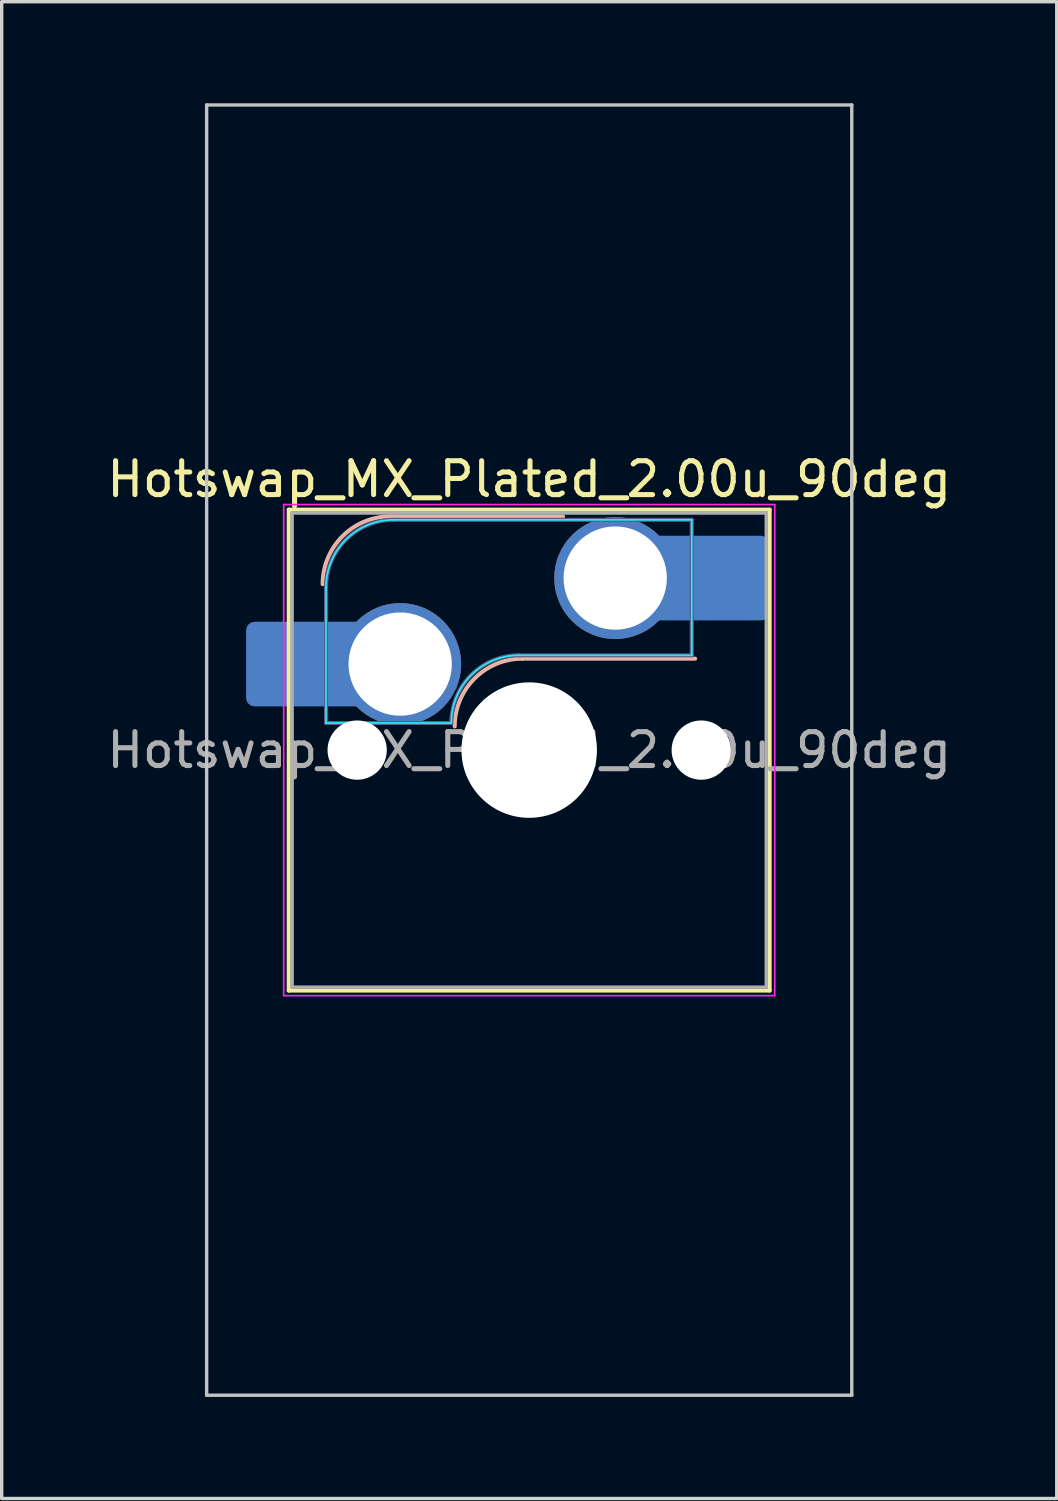
<source format=kicad_pcb>
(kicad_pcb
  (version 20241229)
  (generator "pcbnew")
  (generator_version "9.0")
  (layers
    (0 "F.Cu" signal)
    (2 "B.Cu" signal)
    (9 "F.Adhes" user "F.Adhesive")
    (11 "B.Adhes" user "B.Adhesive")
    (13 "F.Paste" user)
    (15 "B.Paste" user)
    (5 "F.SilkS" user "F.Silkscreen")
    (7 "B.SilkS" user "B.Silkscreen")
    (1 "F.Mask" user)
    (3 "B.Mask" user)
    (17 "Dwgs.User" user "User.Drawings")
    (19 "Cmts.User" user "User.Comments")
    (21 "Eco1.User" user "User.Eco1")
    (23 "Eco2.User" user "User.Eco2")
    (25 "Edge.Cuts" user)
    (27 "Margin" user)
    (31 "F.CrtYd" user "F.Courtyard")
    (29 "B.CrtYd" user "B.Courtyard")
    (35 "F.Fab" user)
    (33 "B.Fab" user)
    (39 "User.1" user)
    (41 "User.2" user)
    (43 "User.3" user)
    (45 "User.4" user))
  (footprint "Hotswap_MX_Plated_2.00u_90deg"
    (layer "F.Cu")
    (at 12.577 19.1)
    (property "Reference" "Hotswap_MX_Plated_2.00u_90deg" (at 0 -8 0) (layer "F.SilkS") (effects (font (size 1 1) (thickness 0.15))))
    (attr smd allow_soldermask_bridges)
    (fp_line (start -7.1 -7.1) (end -7.1 7.1) (stroke (width 0.12) (type solid)) (layer "F.SilkS"))
    (fp_line (start -7.1 7.1) (end 7.1 7.1) (stroke (width 0.12) (type solid)) (layer "F.SilkS"))
    (fp_line (start 7.1 -7.1) (end -7.1 -7.1) (stroke (width 0.12) (type solid)) (layer "F.SilkS"))
    (fp_line (start 7.1 7.1) (end 7.1 -7.1) (stroke (width 0.12) (type solid)) (layer "F.SilkS"))
    (fp_line (start -4.1 -6.9) (end 1 -6.9) (stroke (width 0.12) (type solid)) (layer "B.SilkS"))
    (fp_line (start -0.2 -2.7) (end 4.9 -2.7) (stroke (width 0.12) (type solid)) (layer "B.SilkS"))
    (fp_arc (start -6.1 -4.9) (mid -5.514214 -6.314214) (end -4.1 -6.9) (stroke (width 0.12) (type solid)) (layer "B.SilkS"))
    (fp_arc (start -2.2 -0.7) (mid -1.614214 -2.114214) (end -0.2 -2.7) (stroke (width 0.12) (type solid)) (layer "B.SilkS"))
    (fp_line (start -9.525 -19.05) (end 9.525 -19.05) (stroke (width 0.1) (type solid)) (layer "Dwgs.User"))
    (fp_line (start -9.525 19.05) (end -9.525 -19.05) (stroke (width 0.1) (type solid)) (layer "Dwgs.User"))
    (fp_line (start 9.525 -19.05) (end 9.525 19.05) (stroke (width 0.1) (type solid)) (layer "Dwgs.User"))
    (fp_line (start 9.525 19.05) (end -9.525 19.05) (stroke (width 0.1) (type solid)) (layer "Dwgs.User"))
    (fp_line (start -7.8 -6) (end -7 -6) (stroke (width 0.1) (type solid)) (layer "Eco1.User"))
    (fp_line (start -7.8 -2.9) (end -7.8 -6) (stroke (width 0.1) (type solid)) (layer "Eco1.User"))
    (fp_line (start -7.8 2.9) (end -7 2.9) (stroke (width 0.1) (type solid)) (layer "Eco1.User"))
    (fp_line (start -7.8 6) (end -7.8 2.9) (stroke (width 0.1) (type solid)) (layer "Eco1.User"))
    (fp_line (start -7 -7) (end 7 -7) (stroke (width 0.1) (type solid)) (layer "Eco1.User"))
    (fp_line (start -7 -6) (end -7 -7) (stroke (width 0.1) (type solid)) (layer "Eco1.User"))
    (fp_line (start -7 -2.9) (end -7.8 -2.9) (stroke (width 0.1) (type solid)) (layer "Eco1.User"))
    (fp_line (start -7 2.9) (end -7 -2.9) (stroke (width 0.1) (type solid)) (layer "Eco1.User"))
    (fp_line (start -7 6) (end -7.8 6) (stroke (width 0.1) (type solid)) (layer "Eco1.User"))
    (fp_line (start -7 7) (end -7 6) (stroke (width 0.1) (type solid)) (layer "Eco1.User"))
    (fp_line (start 7 -7) (end 7 -6) (stroke (width 0.1) (type solid)) (layer "Eco1.User"))
    (fp_line (start 7 -6) (end 7.8 -6) (stroke (width 0.1) (type solid)) (layer "Eco1.User"))
    (fp_line (start 7 -2.9) (end 7 2.9) (stroke (width 0.1) (type solid)) (layer "Eco1.User"))
    (fp_line (start 7 2.9) (end 7.8 2.9) (stroke (width 0.1) (type solid)) (layer "Eco1.User"))
    (fp_line (start 7 6) (end 7 7) (stroke (width 0.1) (type solid)) (layer "Eco1.User"))
    (fp_line (start 7 7) (end -7 7) (stroke (width 0.1) (type solid)) (layer "Eco1.User"))
    (fp_line (start 7.8 -6) (end 7.8 -2.9) (stroke (width 0.1) (type solid)) (layer "Eco1.User"))
    (fp_line (start 7.8 -2.9) (end 7 -2.9) (stroke (width 0.1) (type solid)) (layer "Eco1.User"))
    (fp_line (start 7.8 2.9) (end 7.8 6) (stroke (width 0.1) (type solid)) (layer "Eco1.User"))
    (fp_line (start 7.8 6) (end 7 6) (stroke (width 0.1) (type solid)) (layer "Eco1.User"))
    (fp_line (start -6 -0.8) (end -6 -4.8) (stroke (width 0.05) (type solid)) (layer "B.CrtYd"))
    (fp_line (start -6 -0.8) (end -2.3 -0.8) (stroke (width 0.05) (type solid)) (layer "B.CrtYd"))
    (fp_line (start -4 -6.8) (end 4.8 -6.8) (stroke (width 0.05) (type solid)) (layer "B.CrtYd"))
    (fp_line (start -0.3 -2.8) (end 4.8 -2.8) (stroke (width 0.05) (type solid)) (layer "B.CrtYd"))
    (fp_line (start 4.8 -6.8) (end 4.8 -2.8) (stroke (width 0.05) (type solid)) (layer "B.CrtYd"))
    (fp_arc (start -6 -4.8) (mid -5.414214 -6.214214) (end -4 -6.8) (stroke (width 0.05) (type solid)) (layer "B.CrtYd"))
    (fp_arc (start -2.3 -0.8) (mid -1.714214 -2.214214) (end -0.3 -2.8) (stroke (width 0.05) (type solid)) (layer "B.CrtYd"))
    (fp_line (start -7.25 -7.25) (end -7.25 7.25) (stroke (width 0.05) (type solid)) (layer "F.CrtYd"))
    (fp_line (start -7.25 7.25) (end 7.25 7.25) (stroke (width 0.05) (type solid)) (layer "F.CrtYd"))
    (fp_line (start 7.25 -7.25) (end -7.25 -7.25) (stroke (width 0.05) (type solid)) (layer "F.CrtYd"))
    (fp_line (start 7.25 7.25) (end 7.25 -7.25) (stroke (width 0.05) (type solid)) (layer "F.CrtYd"))
    (fp_line (start -6 -0.8) (end -6 -4.8) (stroke (width 0.12) (type solid)) (layer "B.Fab"))
    (fp_line (start -6 -0.8) (end -2.3 -0.8) (stroke (width 0.12) (type solid)) (layer "B.Fab"))
    (fp_line (start -4 -6.8) (end 4.8 -6.8) (stroke (width 0.12) (type solid)) (layer "B.Fab"))
    (fp_line (start -0.3 -2.8) (end 4.8 -2.8) (stroke (width 0.12) (type solid)) (layer "B.Fab"))
    (fp_line (start 4.8 -6.8) (end 4.8 -2.8) (stroke (width 0.12) (type solid)) (layer "B.Fab"))
    (fp_arc (start -6 -4.8) (mid -5.414214 -6.214214) (end -4 -6.8) (stroke (width 0.12) (type solid)) (layer "B.Fab"))
    (fp_arc (start -2.3 -0.8) (mid -1.714214 -2.214214) (end -0.3 -2.8) (stroke (width 0.12) (type solid)) (layer "B.Fab"))
    (fp_line (start -7 -7) (end -7 7) (stroke (width 0.1) (type solid)) (layer "F.Fab"))
    (fp_line (start -7 7) (end 7 7) (stroke (width 0.1) (type solid)) (layer "F.Fab"))
    (fp_line (start 7 -7) (end -7 -7) (stroke (width 0.1) (type solid)) (layer "F.Fab"))
    (fp_line (start 7 7) (end 7 -7) (stroke (width 0.1) (type solid)) (layer "F.Fab"))
    (fp_text user "${REFERENCE}" (at 0 0 0) (layer "F.Fab") (effects (font (size 1 1) (thickness 0.15))))
    (pad "" smd roundrect (at -7.085 -2.54) (size 2.55 2.5) (layers "B.Mask" "B.Paste") (roundrect_rratio 0.1))
    (pad "" np_thru_hole circle (at -5.08 0) (size 1.75 1.75) (drill 1.75) (layers "*.Cu" "*.Mask"))
    (pad "" np_thru_hole circle (at 0 0) (size 4 4) (drill 4) (layers "*.Cu" "*.Mask"))
    (pad "" np_thru_hole circle (at 5.08 0) (size 1.75 1.75) (drill 1.75) (layers "*.Cu" "*.Mask"))
    (pad "" smd roundrect (at 5.842 -5.08) (size 2.55 2.5) (layers "B.Mask" "B.Paste") (roundrect_rratio 0.1))
    (pad "1" smd roundrect (at -6.585 -2.54) (size 3.55 2.5) (layers "B.Cu") (roundrect_rratio 0.1))
    (pad "1" thru_hole circle (at -3.81 -2.54) (size 3.6 3.6) (drill 3.05) (layers "*.Cu" "*.Mask"))
    (pad "2" thru_hole circle (at 2.54 -5.08) (size 3.6 3.6) (drill 3.05) (layers "*.Cu" "*.Mask"))
    (pad "2" smd roundrect (at 5.32 -5.08) (size 3.55 2.5) (layers "B.Cu") (roundrect_rratio 0.1)))
  (gr_rect
    (start -3 -3)
    (end 28.155 41.2)
    (stroke (width 0.1) (type default))
    (fill no)
    (layer "Edge.Cuts")))
</source>
